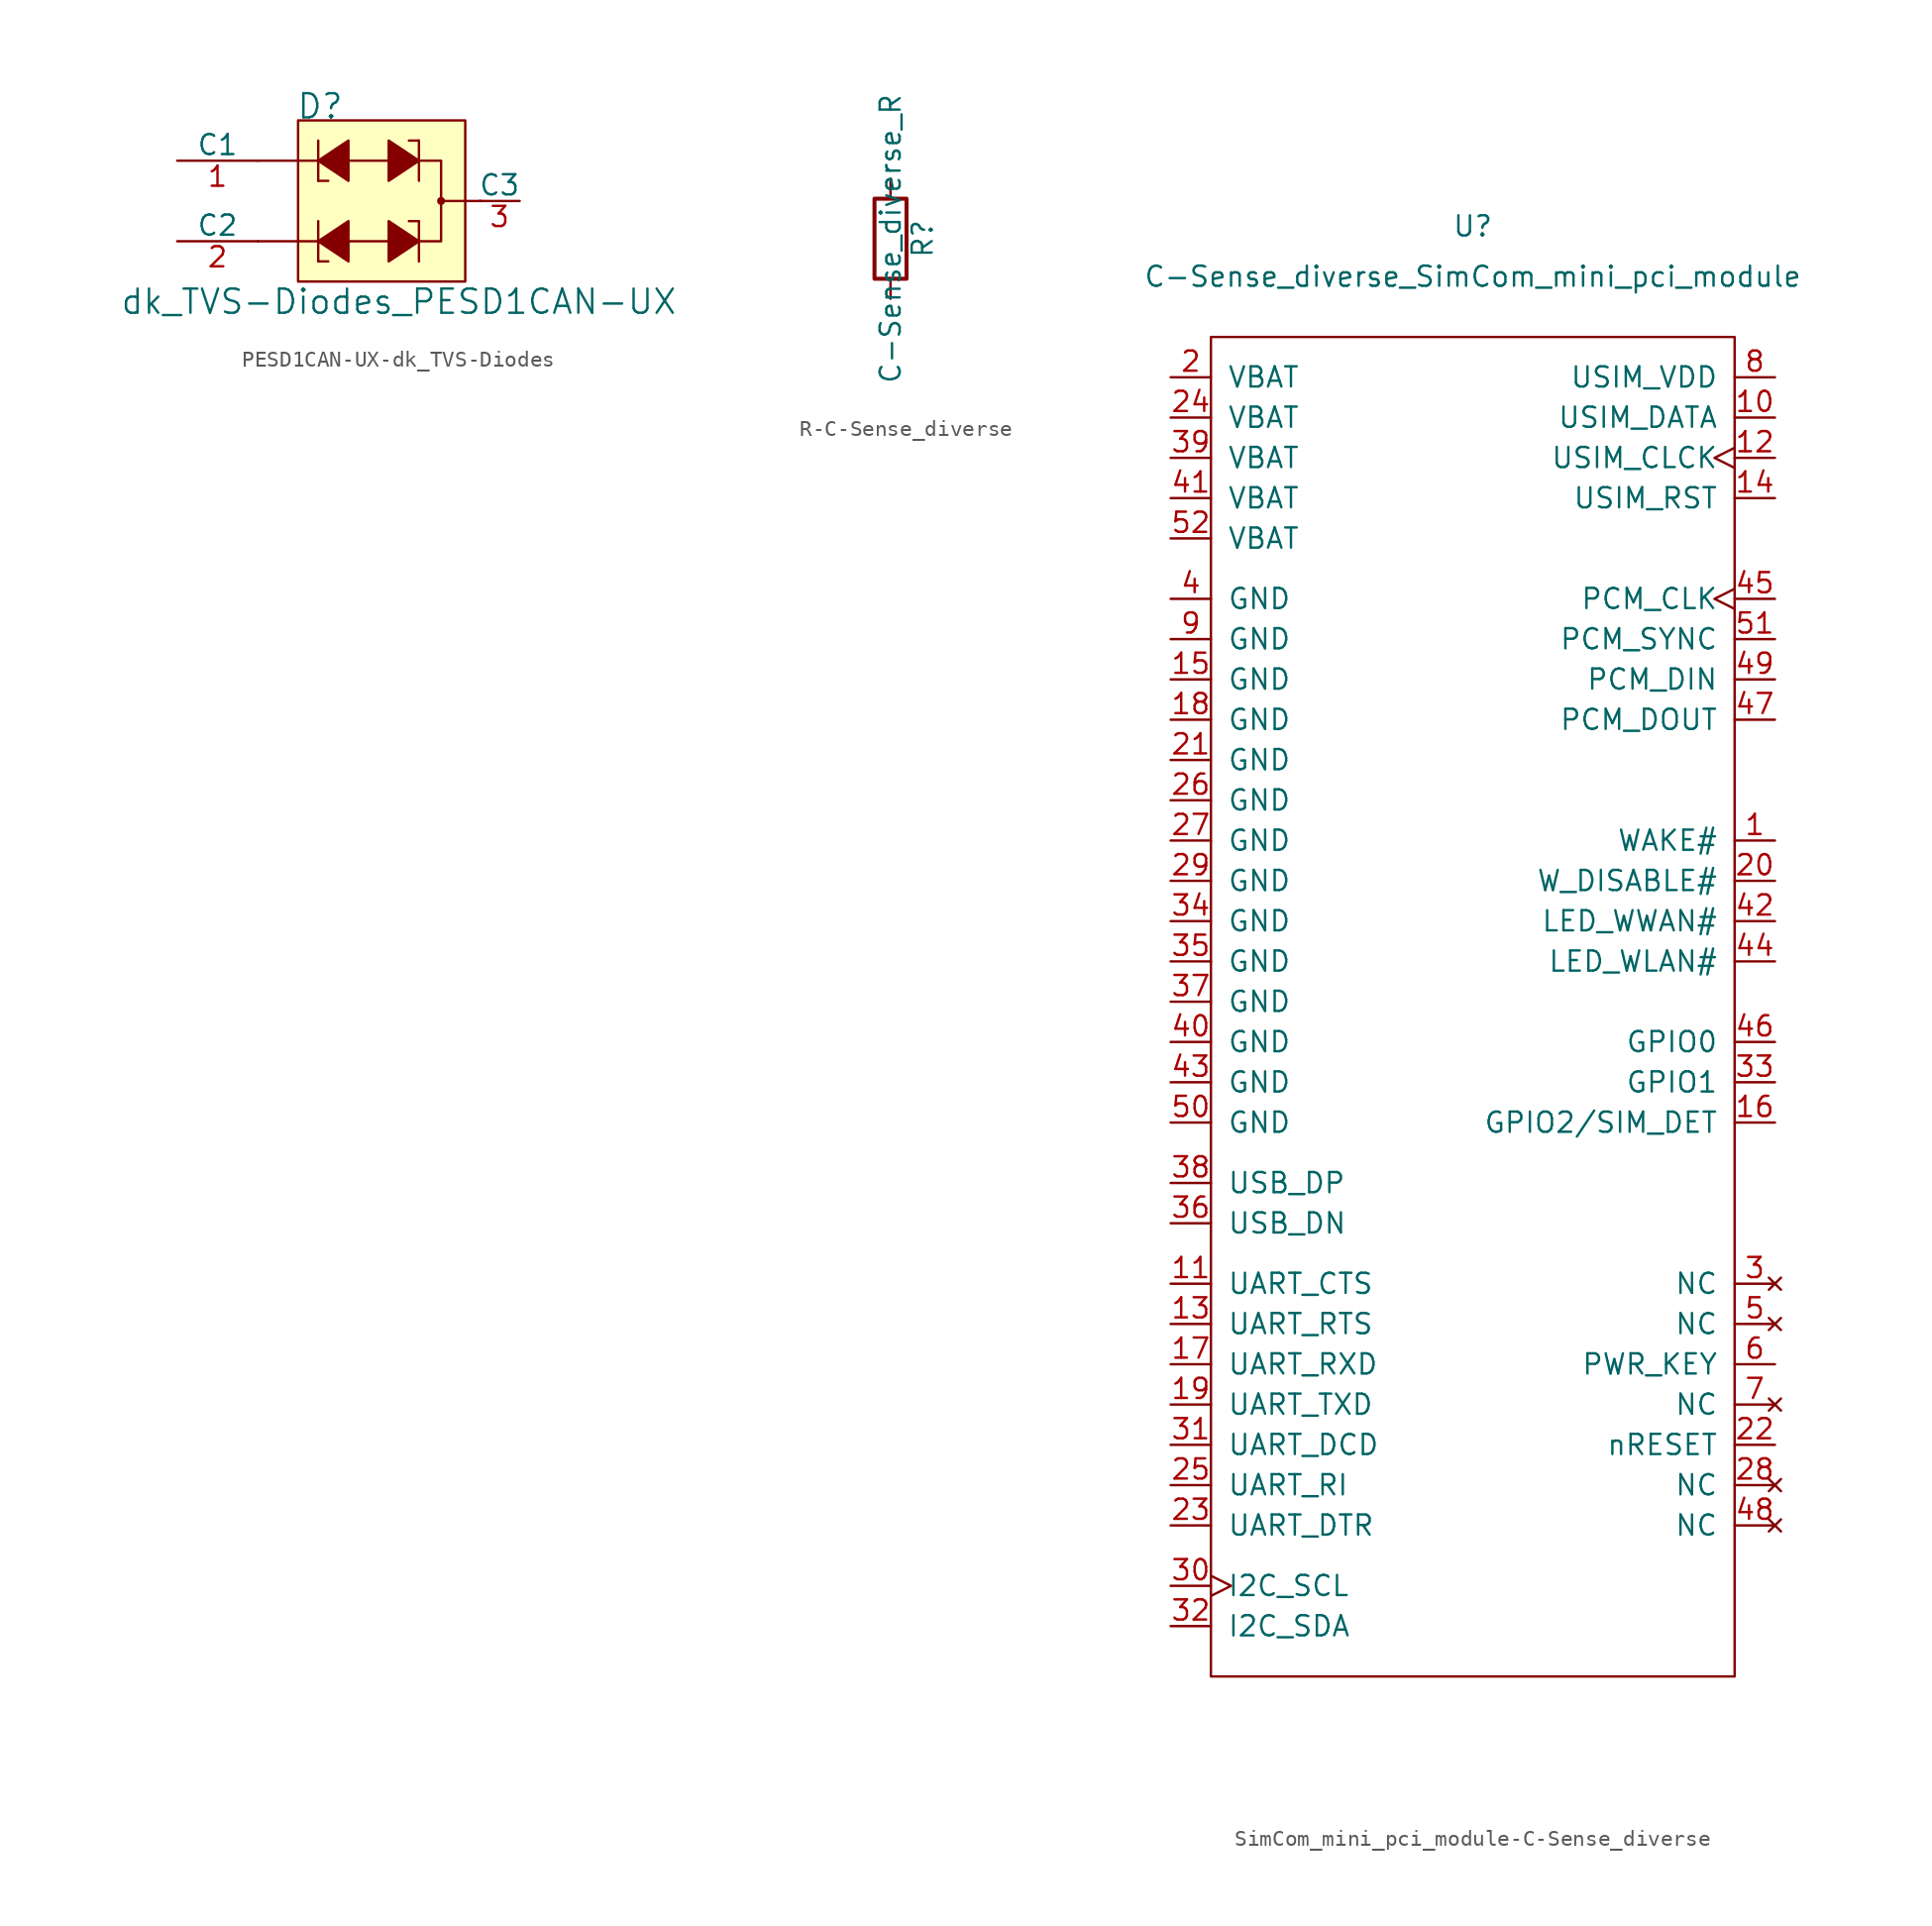
<source format=kicad_sym>
(kicad_symbol_lib
  (version 20231120)
  (generator "kicad_symbol_editor")
  (generator_version "8.0")
  (symbol "PESD1CAN-UX-dk_TVS-Diodes"
    (pin_names
      (offset 0))
    (property "Reference" "D"
      (at -5.207 5.969 0)
      (effects (font (size 1.524 1.524)) (justify left)))
    (property "Value" "dk_TVS-Diodes_PESD1CAN-UX"
      (at 1.27 -6.35 0)
      (effects (font (size 1.524 1.524))))
    (symbol "PESD1CAN-UX-dk_TVS-Diodes_0_1"
      (rectangle (start -5.08 5.08) (end 5.461 -5.08) (stroke (width 0) (type solid)) (fill (type background)))
      (polyline (pts (xy -3.81 -3.81) (xy -3.175 -3.81)) (stroke (width 0) (type solid)) (fill (type none)))
      (polyline (pts (xy -3.81 -2.54) (xy -7.62 -2.54)) (stroke (width 0) (type solid)) (fill (type none)))
      (polyline (pts (xy -3.81 -1.27) (xy -3.81 -3.81)) (stroke (width 0) (type solid)) (fill (type none)))
      (polyline (pts (xy -3.81 1.27) (xy -3.175 1.27)) (stroke (width 0) (type solid)) (fill (type none)))
      (polyline (pts (xy -3.81 2.54) (xy -7.62 2.54)) (stroke (width 0) (type solid)) (fill (type none)))
      (polyline (pts (xy -3.81 3.81) (xy -3.81 1.27)) (stroke (width 0) (type solid)) (fill (type none)))
      (polyline (pts (xy 0.635 -2.54) (xy -1.905 -2.54)) (stroke (width 0) (type solid)) (fill (type none)))
      (polyline (pts (xy 0.635 2.54) (xy -1.905 2.54)) (stroke (width 0) (type solid)) (fill (type none)))
      (polyline (pts (xy 0.635 2.54) (xy 0.635 2.54)) (stroke (width 0) (type solid)) (fill (type none)))
      (polyline (pts (xy 2.54 -1.27) (xy 1.905 -1.27)) (stroke (width 0) (type solid)) (fill (type none)))
      (polyline (pts (xy 2.54 -1.27) (xy 2.54 -3.81)) (stroke (width 0) (type solid)) (fill (type none)))
      (polyline (pts (xy 2.54 3.81) (xy 1.905 3.81)) (stroke (width 0) (type solid)) (fill (type none)))
      (polyline (pts (xy 2.54 3.81) (xy 2.54 1.27)) (stroke (width 0) (type solid)) (fill (type none)))
      (polyline (pts (xy 3.937 0) (xy 6.477 0)) (stroke (width 0) (type solid)) (fill (type none)))
      (polyline (pts (xy -1.905 -1.27) (xy -1.905 -3.81) (xy -3.81 -2.54) (xy -1.905 -1.27)) (stroke (width 0) (type solid)) (fill (type outline)))
      (polyline (pts (xy -1.905 1.27) (xy -1.905 3.81) (xy -3.81 2.54) (xy -1.905 1.27)) (stroke (width 0) (type solid)) (fill (type outline)))
      (polyline (pts (xy 0.635 -1.27) (xy 0.635 -3.81) (xy 2.54 -2.54) (xy 0.635 -1.27)) (stroke (width 0) (type solid)) (fill (type outline)))
      (polyline (pts (xy 0.635 3.81) (xy 0.635 1.27) (xy 2.54 2.54) (xy 0.635 3.81)) (stroke (width 0) (type solid)) (fill (type outline)))
      (polyline (pts (xy 1.397 2.54) (xy 3.937 2.54) (xy 3.937 -2.54) (xy 1.397 -2.54)) (stroke (width 0) (type solid)) (fill (type none)))
      (circle (center 3.937 0) (radius 0.178) (stroke (width 0) (type solid)) (fill (type outline))))
    (symbol "PESD1CAN-UX-dk_TVS-Diodes_1_1"
      (pin bidirectional line (at -12.7 2.54 0) (length 5.08) (name "C1" (effects (font (size 1.27 1.27)))) (number "1" (effects (font (size 1.27 1.27)))))
      (pin bidirectional line (at -12.7 -2.54 0) (length 5.08) (name "C2" (effects (font (size 1.27 1.27)))) (number "2" (effects (font (size 1.27 1.27)))))
      (pin bidirectional line (at 8.89 0 180) (length 2.54) (name "C3" (effects (font (size 1.27 1.27)))) (number "3" (effects (font (size 1.27 1.27)))))))
  (symbol "R-C-Sense_diverse"
    (pin_numbers hide)
    (pin_names
      (offset 0))
    (property "Reference" "R"
      (at 2.032 0 90)
      (effects (font (size 1.27 1.27))))
    (property "Value" "C-Sense_diverse_R"
      (at 0 0 90)
      (effects (font (size 1.27 1.27))))
    (symbol "R-C-Sense_diverse_0_1"
      (rectangle (start -1.016 -2.54) (end 1.016 2.54) (stroke (width 0.254) (type solid)) (fill (type none))))
    (symbol "R-C-Sense_diverse_1_1"
      (pin passive line (at 0 3.81 270) (length 1.27) (name "~" (effects (font (size 1.27 1.27)))) (number "1" (effects (font (size 1.27 1.27)))))
      (pin passive line (at 0 -3.81 90) (length 1.27) (name "~" (effects (font (size 1.27 1.27)))) (number "2" (effects (font (size 1.27 1.27)))))))
  (symbol "SimCom_mini_pci_module-C-Sense_diverse"
    (pin_names
      (offset 1.016))
    (property "Reference" "U"
      (at 0 6.985 0)
      (effects (font (size 1.27 1.27))))
    (property "Value" "C-Sense_diverse_SimCom_mini_pci_module"
      (at 0 3.81 0)
      (effects (font (size 1.27 1.27))))
    (symbol "SimCom_mini_pci_module-C-Sense_diverse_0_1"
      (rectangle (start -16.51 0) (end 16.51 -84.455) (stroke (width 0) (type solid)) (fill (type none))))
    (symbol "SimCom_mini_pci_module-C-Sense_diverse_1_1"
      (pin bidirectional line (at 19.05 -31.75 180) (length 2.54) (name "WAKE#" (effects (font (size 1.27 1.27)))) (number "1" (effects (font (size 1.27 1.27)))))
      (pin bidirectional line (at 19.05 -5.08 180) (length 2.54) (name "USIM_DATA" (effects (font (size 1.27 1.27)))) (number "10" (effects (font (size 1.27 1.27)))))
      (pin output line (at -19.05 -59.69 0) (length 2.54) (name "UART_CTS" (effects (font (size 1.27 1.27)))) (number "11" (effects (font (size 1.27 1.27)))))
      (pin output clock (at 19.05 -7.62 180) (length 2.54) (name "USIM_CLCK" (effects (font (size 1.27 1.27)))) (number "12" (effects (font (size 1.27 1.27)))))
      (pin input line (at -19.05 -62.23 0) (length 2.54) (name "UART_RTS" (effects (font (size 1.27 1.27)))) (number "13" (effects (font (size 1.27 1.27)))))
      (pin output line (at 19.05 -10.16 180) (length 2.54) (name "USIM_RST" (effects (font (size 1.27 1.27)))) (number "14" (effects (font (size 1.27 1.27)))))
      (pin power_in line (at -19.05 -21.59 0) (length 2.54) (name "GND" (effects (font (size 1.27 1.27)))) (number "15" (effects (font (size 1.27 1.27)))))
      (pin bidirectional line (at 19.05 -49.53 180) (length 2.54) (name "GPIO2/SIM_DET" (effects (font (size 1.27 1.27)))) (number "16" (effects (font (size 1.27 1.27)))))
      (pin input line (at -19.05 -64.77 0) (length 2.54) (name "UART_RXD" (effects (font (size 1.27 1.27)))) (number "17" (effects (font (size 1.27 1.27)))))
      (pin power_in line (at -19.05 -24.13 0) (length 2.54) (name "GND" (effects (font (size 1.27 1.27)))) (number "18" (effects (font (size 1.27 1.27)))))
      (pin output line (at -19.05 -67.31 0) (length 2.54) (name "UART_TXD" (effects (font (size 1.27 1.27)))) (number "19" (effects (font (size 1.27 1.27)))))
      (pin power_in line (at -19.05 -2.54 0) (length 2.54) (name "VBAT" (effects (font (size 1.27 1.27)))) (number "2" (effects (font (size 1.27 1.27)))))
      (pin input line (at 19.05 -34.29 180) (length 2.54) (name "W_DISABLE#" (effects (font (size 1.27 1.27)))) (number "20" (effects (font (size 1.27 1.27)))))
      (pin power_in line (at -19.05 -26.67 0) (length 2.54) (name "GND" (effects (font (size 1.27 1.27)))) (number "21" (effects (font (size 1.27 1.27)))))
      (pin input line (at 19.05 -69.85 180) (length 2.54) (name "nRESET" (effects (font (size 1.27 1.27)))) (number "22" (effects (font (size 1.27 1.27)))))
      (pin output line (at -19.05 -74.93 0) (length 2.54) (name "UART_DTR" (effects (font (size 1.27 1.27)))) (number "23" (effects (font (size 1.27 1.27)))))
      (pin power_in line (at -19.05 -5.08 0) (length 2.54) (name "VBAT" (effects (font (size 1.27 1.27)))) (number "24" (effects (font (size 1.27 1.27)))))
      (pin output line (at -19.05 -72.39 0) (length 2.54) (name "UART_RI" (effects (font (size 1.27 1.27)))) (number "25" (effects (font (size 1.27 1.27)))))
      (pin power_in line (at -19.05 -29.21 0) (length 2.54) (name "GND" (effects (font (size 1.27 1.27)))) (number "26" (effects (font (size 1.27 1.27)))))
      (pin power_in line (at -19.05 -31.75 0) (length 2.54) (name "GND" (effects (font (size 1.27 1.27)))) (number "27" (effects (font (size 1.27 1.27)))))
      (pin no_connect line (at 19.05 -72.39 180) (length 2.54) (name "NC" (effects (font (size 1.27 1.27)))) (number "28" (effects (font (size 1.27 1.27)))))
      (pin power_in line (at -19.05 -34.29 0) (length 2.54) (name "GND" (effects (font (size 1.27 1.27)))) (number "29" (effects (font (size 1.27 1.27)))))
      (pin no_connect line (at 19.05 -59.69 180) (length 2.54) (name "NC" (effects (font (size 1.27 1.27)))) (number "3" (effects (font (size 1.27 1.27)))))
      (pin output clock (at -19.05 -78.74 0) (length 2.54) (name "I2C_SCL" (effects (font (size 1.27 1.27)))) (number "30" (effects (font (size 1.27 1.27)))))
      (pin output line (at -19.05 -69.85 0) (length 2.54) (name "UART_DCD" (effects (font (size 1.27 1.27)))) (number "31" (effects (font (size 1.27 1.27)))))
      (pin bidirectional line (at -19.05 -81.28 0) (length 2.54) (name "I2C_SDA" (effects (font (size 1.27 1.27)))) (number "32" (effects (font (size 1.27 1.27)))))
      (pin bidirectional line (at 19.05 -46.99 180) (length 2.54) (name "GPIO1" (effects (font (size 1.27 1.27)))) (number "33" (effects (font (size 1.27 1.27)))))
      (pin power_in line (at -19.05 -36.83 0) (length 2.54) (name "GND" (effects (font (size 1.27 1.27)))) (number "34" (effects (font (size 1.27 1.27)))))
      (pin power_in line (at -19.05 -39.37 0) (length 2.54) (name "GND" (effects (font (size 1.27 1.27)))) (number "35" (effects (font (size 1.27 1.27)))))
      (pin bidirectional line (at -19.05 -55.88 0) (length 2.54) (name "USB_DN" (effects (font (size 1.27 1.27)))) (number "36" (effects (font (size 1.27 1.27)))))
      (pin power_in line (at -19.05 -41.91 0) (length 2.54) (name "GND" (effects (font (size 1.27 1.27)))) (number "37" (effects (font (size 1.27 1.27)))))
      (pin bidirectional line (at -19.05 -53.34 0) (length 2.54) (name "USB_DP" (effects (font (size 1.27 1.27)))) (number "38" (effects (font (size 1.27 1.27)))))
      (pin power_in line (at -19.05 -7.62 0) (length 2.54) (name "VBAT" (effects (font (size 1.27 1.27)))) (number "39" (effects (font (size 1.27 1.27)))))
      (pin power_in line (at -19.05 -16.51 0) (length 2.54) (name "GND" (effects (font (size 1.27 1.27)))) (number "4" (effects (font (size 1.27 1.27)))))
      (pin power_in line (at -19.05 -44.45 0) (length 2.54) (name "GND" (effects (font (size 1.27 1.27)))) (number "40" (effects (font (size 1.27 1.27)))))
      (pin power_in line (at -19.05 -10.16 0) (length 2.54) (name "VBAT" (effects (font (size 1.27 1.27)))) (number "41" (effects (font (size 1.27 1.27)))))
      (pin output line (at 19.05 -36.83 180) (length 2.54) (name "LED_WWAN#" (effects (font (size 1.27 1.27)))) (number "42" (effects (font (size 1.27 1.27)))))
      (pin power_in line (at -19.05 -46.99 0) (length 2.54) (name "GND" (effects (font (size 1.27 1.27)))) (number "43" (effects (font (size 1.27 1.27)))))
      (pin output line (at 19.05 -39.37 180) (length 2.54) (name "LED_WLAN#" (effects (font (size 1.27 1.27)))) (number "44" (effects (font (size 1.27 1.27)))))
      (pin output clock (at 19.05 -16.51 180) (length 2.54) (name "PCM_CLK" (effects (font (size 1.27 1.27)))) (number "45" (effects (font (size 1.27 1.27)))))
      (pin bidirectional line (at 19.05 -44.45 180) (length 2.54) (name "GPIO0" (effects (font (size 1.27 1.27)))) (number "46" (effects (font (size 1.27 1.27)))))
      (pin output line (at 19.05 -24.13 180) (length 2.54) (name "PCM_DOUT" (effects (font (size 1.27 1.27)))) (number "47" (effects (font (size 1.27 1.27)))))
      (pin no_connect line (at 19.05 -74.93 180) (length 2.54) (name "NC" (effects (font (size 1.27 1.27)))) (number "48" (effects (font (size 1.27 1.27)))))
      (pin input line (at 19.05 -21.59 180) (length 2.54) (name "PCM_DIN" (effects (font (size 1.27 1.27)))) (number "49" (effects (font (size 1.27 1.27)))))
      (pin no_connect line (at 19.05 -62.23 180) (length 2.54) (name "NC" (effects (font (size 1.27 1.27)))) (number "5" (effects (font (size 1.27 1.27)))))
      (pin power_in line (at -19.05 -49.53 0) (length 2.54) (name "GND" (effects (font (size 1.27 1.27)))) (number "50" (effects (font (size 1.27 1.27)))))
      (pin output line (at 19.05 -19.05 180) (length 2.54) (name "PCM_SYNC" (effects (font (size 1.27 1.27)))) (number "51" (effects (font (size 1.27 1.27)))))
      (pin power_in line (at -19.05 -12.7 0) (length 2.54) (name "VBAT" (effects (font (size 1.27 1.27)))) (number "52" (effects (font (size 1.27 1.27)))))
      (pin input line (at 19.05 -64.77 180) (length 2.54) (name "PWR_KEY" (effects (font (size 1.27 1.27)))) (number "6" (effects (font (size 1.27 1.27)))))
      (pin no_connect line (at 19.05 -67.31 180) (length 2.54) (name "NC" (effects (font (size 1.27 1.27)))) (number "7" (effects (font (size 1.27 1.27)))))
      (pin power_out line (at 19.05 -2.54 180) (length 2.54) (name "USIM_VDD" (effects (font (size 1.27 1.27)))) (number "8" (effects (font (size 1.27 1.27)))))
      (pin power_in line (at -19.05 -19.05 0) (length 2.54) (name "GND" (effects (font (size 1.27 1.27)))) (number "9" (effects (font (size 1.27 1.27))))))))
</source>
